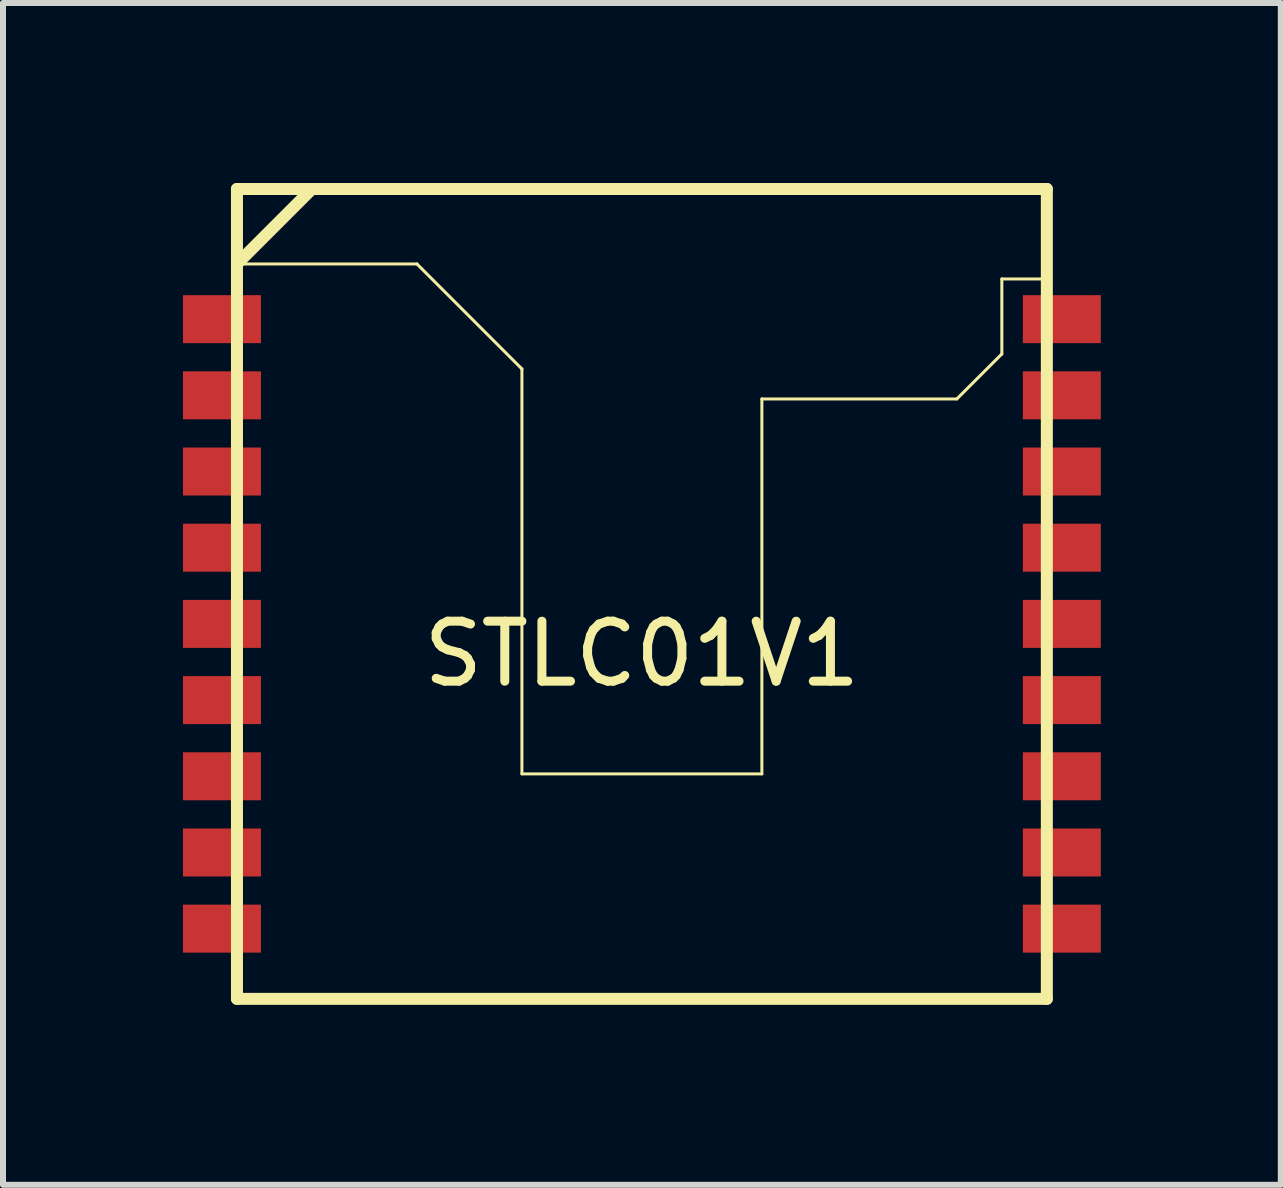
<source format=kicad_pcb>
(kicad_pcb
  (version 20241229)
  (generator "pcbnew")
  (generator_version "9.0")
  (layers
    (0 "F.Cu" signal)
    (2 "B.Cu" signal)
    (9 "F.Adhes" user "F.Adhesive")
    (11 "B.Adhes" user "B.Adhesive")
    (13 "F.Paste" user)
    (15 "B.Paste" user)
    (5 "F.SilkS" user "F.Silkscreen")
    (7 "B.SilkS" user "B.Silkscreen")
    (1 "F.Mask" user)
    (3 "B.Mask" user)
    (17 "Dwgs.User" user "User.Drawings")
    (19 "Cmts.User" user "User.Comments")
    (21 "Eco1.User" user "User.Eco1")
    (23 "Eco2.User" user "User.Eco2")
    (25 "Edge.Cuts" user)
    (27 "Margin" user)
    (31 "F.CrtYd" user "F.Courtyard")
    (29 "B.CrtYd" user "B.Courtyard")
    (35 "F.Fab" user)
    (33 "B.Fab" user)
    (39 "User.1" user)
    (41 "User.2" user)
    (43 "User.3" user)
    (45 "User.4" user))
  (footprint "STLC01V1"
    (layer "F.Cu")
    (at 7.65 7.35)
    (property "Reference" "STLC01V1" (at 0 0.5 0) (layer "F.SilkS") (effects (font (size 1 1) (thickness 0.15))))
    (attr through_hole)
    (fp_line (start -6.75 -7.25) (end 6.75 -7.25) (stroke (width 0.2) (type solid)) (layer "F.SilkS"))
    (fp_line (start -6.75 -6) (end -5.5 -7.25) (stroke (width 0.2) (type solid)) (layer "F.SilkS"))
    (fp_line (start -6.75 -6) (end -3.75 -6) (stroke (width 0.05) (type solid)) (layer "F.SilkS"))
    (fp_line (start -6.75 6.25) (end -6.75 -7.25) (stroke (width 0.2) (type solid)) (layer "F.SilkS"))
    (fp_line (start -3.75 -6) (end -2 -4.25) (stroke (width 0.05) (type solid)) (layer "F.SilkS"))
    (fp_line (start -2 -4.25) (end -2 2.5) (stroke (width 0.05) (type solid)) (layer "F.SilkS"))
    (fp_line (start -2 2.5) (end 2 2.5) (stroke (width 0.05) (type solid)) (layer "F.SilkS"))
    (fp_line (start 2 -3.75) (end 5.25 -3.75) (stroke (width 0.05) (type solid)) (layer "F.SilkS"))
    (fp_line (start 2 2.5) (end 2 -3.75) (stroke (width 0.05) (type solid)) (layer "F.SilkS"))
    (fp_line (start 5.25 -3.75) (end 6 -4.5) (stroke (width 0.05) (type solid)) (layer "F.SilkS"))
    (fp_line (start 6 -5.75) (end 6.75 -5.75) (stroke (width 0.05) (type solid)) (layer "F.SilkS"))
    (fp_line (start 6 -4.5) (end 6 -5.75) (stroke (width 0.05) (type solid)) (layer "F.SilkS"))
    (fp_line (start 6.75 -7.25) (end 6.75 6.25) (stroke (width 0.2) (type solid)) (layer "F.SilkS"))
    (fp_line (start 6.75 6.25) (end -6.75 6.25) (stroke (width 0.2) (type solid)) (layer "F.SilkS"))
    (pad "1" smd rect (at -7 -5.08) (size 1.3 0.8) (layers "F.Cu" "F.Mask" "F.Paste"))
    (pad "2" smd rect (at -7 -3.81) (size 1.3 0.8) (layers "F.Cu" "F.Mask" "F.Paste"))
    (pad "3" smd rect (at -7 -2.54) (size 1.3 0.8) (layers "F.Cu" "F.Mask" "F.Paste"))
    (pad "4" smd rect (at -7 -1.27) (size 1.3 0.8) (layers "F.Cu" "F.Mask" "F.Paste"))
    (pad "5" smd rect (at -7 0) (size 1.3 0.8) (layers "F.Cu" "F.Mask" "F.Paste"))
    (pad "6" smd rect (at -7 1.27) (size 1.3 0.8) (layers "F.Cu" "F.Mask" "F.Paste"))
    (pad "7" smd rect (at -7 2.54) (size 1.3 0.8) (layers "F.Cu" "F.Mask" "F.Paste"))
    (pad "8" smd rect (at -7 3.81) (size 1.3 0.8) (layers "F.Cu" "F.Mask" "F.Paste"))
    (pad "9" smd rect (at -7 5.08) (size 1.3 0.8) (layers "F.Cu" "F.Mask" "F.Paste"))
    (pad "10" smd rect (at 7 5.08) (size 1.3 0.8) (layers "F.Cu" "F.Mask" "F.Paste"))
    (pad "11" smd rect (at 7 3.81) (size 1.3 0.8) (layers "F.Cu" "F.Mask" "F.Paste"))
    (pad "12" smd rect (at 7 2.54) (size 1.3 0.8) (layers "F.Cu" "F.Mask" "F.Paste"))
    (pad "13" smd rect (at 7 1.27) (size 1.3 0.8) (layers "F.Cu" "F.Mask" "F.Paste"))
    (pad "14" smd rect (at 7 0) (size 1.3 0.8) (layers "F.Cu" "F.Mask" "F.Paste"))
    (pad "15" smd rect (at 7 -1.27) (size 1.3 0.8) (layers "F.Cu" "F.Mask" "F.Paste"))
    (pad "16" smd rect (at 7 -2.54) (size 1.3 0.8) (layers "F.Cu" "F.Mask" "F.Paste"))
    (pad "17" smd rect (at 7 -3.81) (size 1.3 0.8) (layers "F.Cu" "F.Mask" "F.Paste"))
    (pad "18" smd rect (at 7 -5.08) (size 1.3 0.8) (layers "F.Cu" "F.Mask" "F.Paste")))
  (gr_rect
    (start -3 -3)
    (end 18.3 16.7)
    (stroke (width 0.1) (type default))
    (fill no)
    (layer "Edge.Cuts")))
</source>
